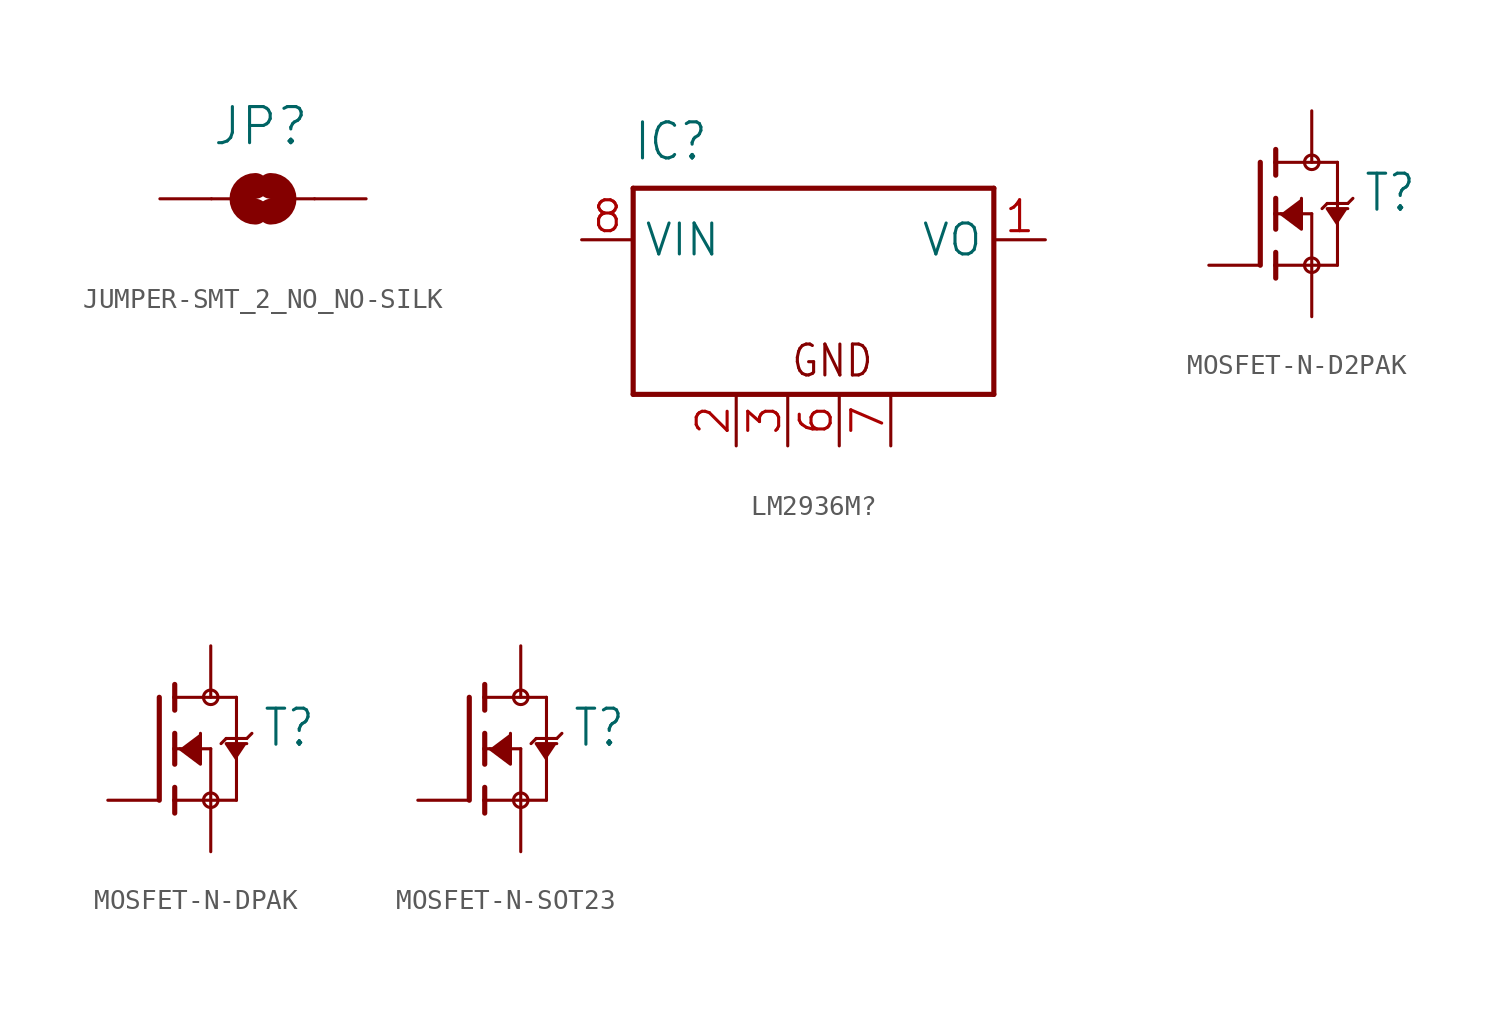
<source format=kicad_sym>
(kicad_symbol_lib
  (version 20241209)
  (generator "kicad_symbol_editor")
  (generator_version "9.0")
  (symbol "JUMPER-SMT_2_NO_NO-SILK"
    (property "Reference" "JP"
      (at -2.54 2.54 0)
      (effects (font (size 1.778 1.778)) (justify left bottom)))
    (property "Value" ""
      (at -2.54 -2.54 0)
      (effects (font (size 1.778 1.778)) (justify left top)))
    (property "ki_locked" ""
      (at 0 0 0)
      (effects (font (size 1.27 1.27))))
    (symbol "JUMPER-SMT_2_NO_NO-SILK_1_0"
      (polyline (pts (xy -2.54 0) (xy -1.651 0)) (stroke (width 0.152) (type solid)) (fill (type none)))
      (arc (start -0.381 -0.635) (mid -1.0159 0.0001) (end -0.3808 0.635) (stroke (width 1.27) (type solid)) (fill (type none)))
      (arc (start 0.381 0.635) (mid 1.0159 -0.0001) (end 0.3808 -0.635) (stroke (width 1.27) (type solid)) (fill (type none)))
      (polyline (pts (xy 2.54 0) (xy 1.651 0)) (stroke (width 0.152) (type solid)) (fill (type none)))
      (pin passive line (at -5.08 0 0) (length 2.54) (name "1" (effects (font (size 0 0)))) (number "1" (effects (font (size 0 0)))))
      (pin passive line (at 5.08 0 180) (length 2.54) (name "2" (effects (font (size 0 0)))) (number "2" (effects (font (size 0 0)))))))
  (symbol "LM2936M?"
    (property "Reference" "IC"
      (at -10.16 6.35 0)
      (effects (font (size 1.778 1.511)) (justify left bottom)))
    (property "Value" ""
      (at -6.35 -1.27 0)
      (effects (font (size 1.778 1.511)) (justify left bottom)))
    (property "ki_locked" ""
      (at 0 0 0)
      (effects (font (size 1.27 1.27))))
    (symbol "LM2936M?_1_0"
      (polyline (pts (xy -10.16 5.08) (xy 7.62 5.08)) (stroke (width 0.254) (type solid)) (fill (type none)))
      (polyline (pts (xy -10.16 -5.08) (xy -10.16 5.08)) (stroke (width 0.254) (type solid)) (fill (type none)))
      (polyline (pts (xy 7.62 5.08) (xy 7.62 -5.08)) (stroke (width 0.254) (type solid)) (fill (type none)))
      (polyline (pts (xy 7.62 -5.08) (xy -10.16 -5.08)) (stroke (width 0.254) (type solid)) (fill (type none)))
      (text "GND" (at -2.413 -4.318 0) (effects (font (size 1.524 1.295)) (justify left bottom)))
      (pin input line (at -12.7 2.54 0) (length 2.54) (name "VIN" (effects (font (size 1.524 1.524)))) (number "8" (effects (font (size 1.524 1.524)))))
      (pin passive line (at -5.08 -7.62 90) (length 2.54) (name "GND@1" (effects (font (size 0 0)))) (number "2" (effects (font (size 1.524 1.524)))))
      (pin passive line (at -2.54 -7.62 90) (length 2.54) (name "GND@2" (effects (font (size 0 0)))) (number "3" (effects (font (size 1.524 1.524)))))
      (pin passive line (at 0 -7.62 90) (length 2.54) (name "GND@3" (effects (font (size 0 0)))) (number "6" (effects (font (size 1.524 1.524)))))
      (pin passive line (at 2.54 -7.62 90) (length 2.54) (name "GND@4" (effects (font (size 0 0)))) (number "7" (effects (font (size 1.524 1.524)))))
      (pin passive line (at 10.16 2.54 180) (length 2.54) (name "VO" (effects (font (size 1.524 1.524)))) (number "1" (effects (font (size 1.524 1.524)))))))
  (symbol "MOSFET-N-D2PAK"
    (property "Reference" "T"
      (at 2.54 0 0)
      (effects (font (size 1.778 1.511)) (justify left bottom)))
    (property "Value" ""
      (at 2.54 -2.54 0)
      (effects (font (size 1.778 1.511)) (justify left bottom)))
    (property "ki_locked" ""
      (at 0 0 0)
      (effects (font (size 1.27 1.27))))
    (symbol "MOSFET-N-D2PAK_1_0"
      (polyline (pts (xy -2.54 2.54) (xy -2.54 -2.54)) (stroke (width 0.254) (type solid)) (fill (type none)))
      (polyline (pts (xy -1.778 3.175) (xy -1.778 2.54)) (stroke (width 0.254) (type solid)) (fill (type none)))
      (polyline (pts (xy -1.778 2.54) (xy -1.778 1.905)) (stroke (width 0.254) (type solid)) (fill (type none)))
      (polyline (pts (xy -1.778 2.54) (xy 1.27 2.54)) (stroke (width 0.152) (type solid)) (fill (type none)))
      (polyline (pts (xy -1.778 0.762) (xy -1.778 0)) (stroke (width 0.254) (type solid)) (fill (type none)))
      (polyline (pts (xy -1.778 0) (xy -1.778 -0.762)) (stroke (width 0.254) (type solid)) (fill (type none)))
      (polyline (pts (xy -1.778 0) (xy 0 0)) (stroke (width 0.152) (type solid)) (fill (type none)))
      (polyline (pts (xy -1.778 -1.905) (xy -1.778 -2.54)) (stroke (width 0.254) (type solid)) (fill (type none)))
      (polyline (pts (xy -1.778 -2.54) (xy -1.778 -3.175)) (stroke (width 0.254) (type solid)) (fill (type none)))
      (polyline (pts (xy -1.524 0) (xy -0.508 -0.762) (xy -0.508 0.762)) (stroke (width 0.152) (type solid)) (fill (type outline)))
      (circle (center 0 2.54) (radius 0.359) (stroke (width 0) (type solid)) (fill (type none)))
      (polyline (pts (xy 0 0) (xy 0 -2.54)) (stroke (width 0.152) (type solid)) (fill (type none)))
      (polyline (pts (xy 0 -2.54) (xy -1.778 -2.54)) (stroke (width 0.152) (type solid)) (fill (type none)))
      (polyline (pts (xy 0 -2.54) (xy 1.27 -2.54)) (stroke (width 0.152) (type solid)) (fill (type none)))
      (circle (center 0 -2.54) (radius 0.359) (stroke (width 0) (type solid)) (fill (type none)))
      (polyline (pts (xy 0.762 0.508) (xy 0.508 0.254)) (stroke (width 0.152) (type solid)) (fill (type none)))
      (polyline (pts (xy 1.27 2.54) (xy 1.27 0.508)) (stroke (width 0.152) (type solid)) (fill (type none)))
      (polyline (pts (xy 1.27 0.508) (xy 0.762 0.508)) (stroke (width 0.152) (type solid)) (fill (type none)))
      (polyline (pts (xy 1.27 0.508) (xy 1.27 -2.54)) (stroke (width 0.152) (type solid)) (fill (type none)))
      (polyline (pts (xy 1.27 -0.508) (xy 0.762 0.254) (xy 1.778 0.254)) (stroke (width 0.152) (type solid)) (fill (type outline)))
      (polyline (pts (xy 1.778 0.508) (xy 1.27 0.508)) (stroke (width 0.152) (type solid)) (fill (type none)))
      (polyline (pts (xy 2.032 0.762) (xy 1.778 0.508)) (stroke (width 0.152) (type solid)) (fill (type none)))
      (pin passive line (at -5.08 -2.54 0) (length 2.54) (name "G" (effects (font (size 0 0)))) (number "1" (effects (font (size 0 0)))))
      (pin passive line (at 0 5.08 270) (length 2.54) (name "D" (effects (font (size 0 0)))) (number "2" (effects (font (size 0 0)))))
      (pin passive line (at 0 -5.08 90) (length 2.54) (name "S" (effects (font (size 0 0)))) (number "3" (effects (font (size 0 0)))))))
  (symbol "MOSFET-N-DPAK"
    (property "Reference" "T"
      (at 2.54 0 0)
      (effects (font (size 1.778 1.511)) (justify left bottom)))
    (property "Value" ""
      (at 2.54 -2.54 0)
      (effects (font (size 1.778 1.511)) (justify left bottom)))
    (property "ki_locked" ""
      (at 0 0 0)
      (effects (font (size 1.27 1.27))))
    (symbol "MOSFET-N-DPAK_1_0"
      (polyline (pts (xy -2.54 2.54) (xy -2.54 -2.54)) (stroke (width 0.254) (type solid)) (fill (type none)))
      (polyline (pts (xy -1.778 3.175) (xy -1.778 2.54)) (stroke (width 0.254) (type solid)) (fill (type none)))
      (polyline (pts (xy -1.778 2.54) (xy -1.778 1.905)) (stroke (width 0.254) (type solid)) (fill (type none)))
      (polyline (pts (xy -1.778 2.54) (xy 1.27 2.54)) (stroke (width 0.152) (type solid)) (fill (type none)))
      (polyline (pts (xy -1.778 0.762) (xy -1.778 0)) (stroke (width 0.254) (type solid)) (fill (type none)))
      (polyline (pts (xy -1.778 0) (xy -1.778 -0.762)) (stroke (width 0.254) (type solid)) (fill (type none)))
      (polyline (pts (xy -1.778 0) (xy 0 0)) (stroke (width 0.152) (type solid)) (fill (type none)))
      (polyline (pts (xy -1.778 -1.905) (xy -1.778 -2.54)) (stroke (width 0.254) (type solid)) (fill (type none)))
      (polyline (pts (xy -1.778 -2.54) (xy -1.778 -3.175)) (stroke (width 0.254) (type solid)) (fill (type none)))
      (polyline (pts (xy -1.524 0) (xy -0.508 -0.762) (xy -0.508 0.762)) (stroke (width 0.152) (type solid)) (fill (type outline)))
      (circle (center 0 2.54) (radius 0.359) (stroke (width 0) (type solid)) (fill (type none)))
      (polyline (pts (xy 0 0) (xy 0 -2.54)) (stroke (width 0.152) (type solid)) (fill (type none)))
      (polyline (pts (xy 0 -2.54) (xy -1.778 -2.54)) (stroke (width 0.152) (type solid)) (fill (type none)))
      (polyline (pts (xy 0 -2.54) (xy 1.27 -2.54)) (stroke (width 0.152) (type solid)) (fill (type none)))
      (circle (center 0 -2.54) (radius 0.359) (stroke (width 0) (type solid)) (fill (type none)))
      (polyline (pts (xy 0.762 0.508) (xy 0.508 0.254)) (stroke (width 0.152) (type solid)) (fill (type none)))
      (polyline (pts (xy 1.27 2.54) (xy 1.27 0.508)) (stroke (width 0.152) (type solid)) (fill (type none)))
      (polyline (pts (xy 1.27 0.508) (xy 0.762 0.508)) (stroke (width 0.152) (type solid)) (fill (type none)))
      (polyline (pts (xy 1.27 0.508) (xy 1.27 -2.54)) (stroke (width 0.152) (type solid)) (fill (type none)))
      (polyline (pts (xy 1.27 -0.508) (xy 0.762 0.254) (xy 1.778 0.254)) (stroke (width 0.152) (type solid)) (fill (type outline)))
      (polyline (pts (xy 1.778 0.508) (xy 1.27 0.508)) (stroke (width 0.152) (type solid)) (fill (type none)))
      (polyline (pts (xy 2.032 0.762) (xy 1.778 0.508)) (stroke (width 0.152) (type solid)) (fill (type none)))
      (pin passive line (at -5.08 -2.54 0) (length 2.54) (name "G" (effects (font (size 0 0)))) (number "1" (effects (font (size 0 0)))))
      (pin passive line (at 0 5.08 270) (length 2.54) (name "D" (effects (font (size 0 0)))) (number "2" (effects (font (size 0 0)))))
      (pin passive line (at 0 -5.08 90) (length 2.54) (name "S" (effects (font (size 0 0)))) (number "3" (effects (font (size 0 0)))))))
  (symbol "MOSFET-N-SOT23"
    (property "Reference" "T"
      (at 2.54 0 0)
      (effects (font (size 1.778 1.511)) (justify left bottom)))
    (property "Value" ""
      (at 2.54 -2.54 0)
      (effects (font (size 1.778 1.511)) (justify left bottom)))
    (property "ki_locked" ""
      (at 0 0 0)
      (effects (font (size 1.27 1.27))))
    (symbol "MOSFET-N-SOT23_1_0"
      (polyline (pts (xy -2.54 2.54) (xy -2.54 -2.54)) (stroke (width 0.254) (type solid)) (fill (type none)))
      (polyline (pts (xy -1.778 3.175) (xy -1.778 2.54)) (stroke (width 0.254) (type solid)) (fill (type none)))
      (polyline (pts (xy -1.778 2.54) (xy -1.778 1.905)) (stroke (width 0.254) (type solid)) (fill (type none)))
      (polyline (pts (xy -1.778 2.54) (xy 1.27 2.54)) (stroke (width 0.152) (type solid)) (fill (type none)))
      (polyline (pts (xy -1.778 0.762) (xy -1.778 0)) (stroke (width 0.254) (type solid)) (fill (type none)))
      (polyline (pts (xy -1.778 0) (xy -1.778 -0.762)) (stroke (width 0.254) (type solid)) (fill (type none)))
      (polyline (pts (xy -1.778 0) (xy 0 0)) (stroke (width 0.152) (type solid)) (fill (type none)))
      (polyline (pts (xy -1.778 -1.905) (xy -1.778 -2.54)) (stroke (width 0.254) (type solid)) (fill (type none)))
      (polyline (pts (xy -1.778 -2.54) (xy -1.778 -3.175)) (stroke (width 0.254) (type solid)) (fill (type none)))
      (polyline (pts (xy -1.524 0) (xy -0.508 -0.762) (xy -0.508 0.762)) (stroke (width 0.152) (type solid)) (fill (type outline)))
      (circle (center 0 2.54) (radius 0.359) (stroke (width 0) (type solid)) (fill (type none)))
      (polyline (pts (xy 0 0) (xy 0 -2.54)) (stroke (width 0.152) (type solid)) (fill (type none)))
      (polyline (pts (xy 0 -2.54) (xy -1.778 -2.54)) (stroke (width 0.152) (type solid)) (fill (type none)))
      (polyline (pts (xy 0 -2.54) (xy 1.27 -2.54)) (stroke (width 0.152) (type solid)) (fill (type none)))
      (circle (center 0 -2.54) (radius 0.359) (stroke (width 0) (type solid)) (fill (type none)))
      (polyline (pts (xy 0.762 0.508) (xy 0.508 0.254)) (stroke (width 0.152) (type solid)) (fill (type none)))
      (polyline (pts (xy 1.27 2.54) (xy 1.27 0.508)) (stroke (width 0.152) (type solid)) (fill (type none)))
      (polyline (pts (xy 1.27 0.508) (xy 0.762 0.508)) (stroke (width 0.152) (type solid)) (fill (type none)))
      (polyline (pts (xy 1.27 0.508) (xy 1.27 -2.54)) (stroke (width 0.152) (type solid)) (fill (type none)))
      (polyline (pts (xy 1.27 -0.508) (xy 0.762 0.254) (xy 1.778 0.254)) (stroke (width 0.152) (type solid)) (fill (type outline)))
      (polyline (pts (xy 1.778 0.508) (xy 1.27 0.508)) (stroke (width 0.152) (type solid)) (fill (type none)))
      (polyline (pts (xy 2.032 0.762) (xy 1.778 0.508)) (stroke (width 0.152) (type solid)) (fill (type none)))
      (pin passive line (at -5.08 -2.54 0) (length 2.54) (name "G" (effects (font (size 0 0)))) (number "1" (effects (font (size 0 0)))))
      (pin passive line (at 0 5.08 270) (length 2.54) (name "D" (effects (font (size 0 0)))) (number "3" (effects (font (size 0 0)))))
      (pin passive line (at 0 -5.08 90) (length 2.54) (name "S" (effects (font (size 0 0)))) (number "2" (effects (font (size 0 0))))))))
</source>
